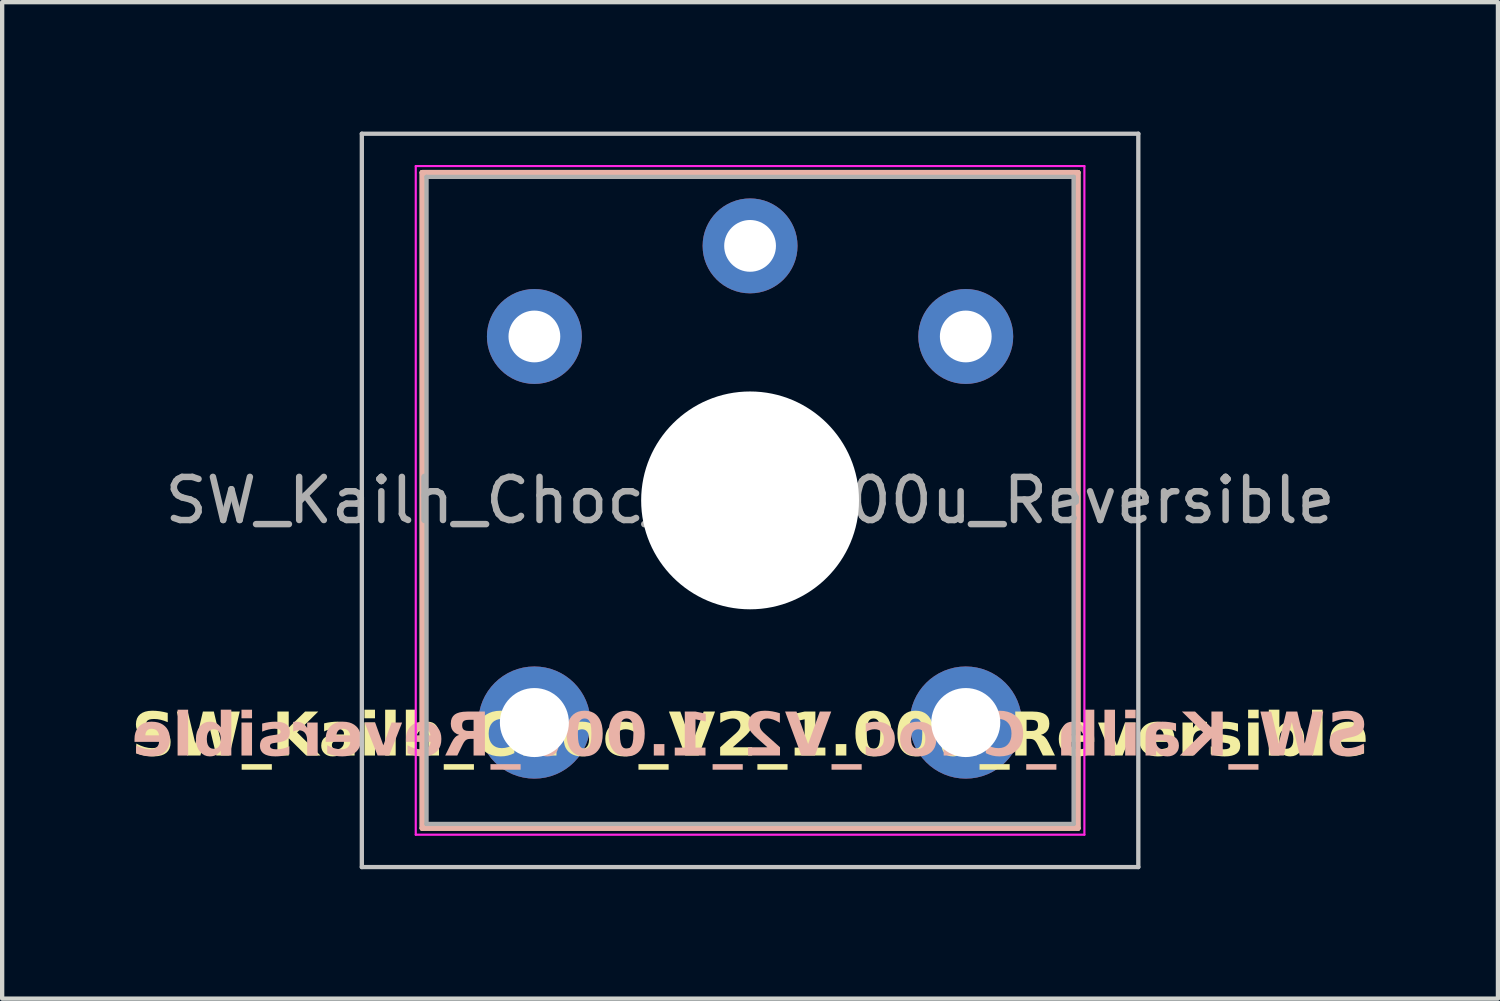
<source format=kicad_pcb>
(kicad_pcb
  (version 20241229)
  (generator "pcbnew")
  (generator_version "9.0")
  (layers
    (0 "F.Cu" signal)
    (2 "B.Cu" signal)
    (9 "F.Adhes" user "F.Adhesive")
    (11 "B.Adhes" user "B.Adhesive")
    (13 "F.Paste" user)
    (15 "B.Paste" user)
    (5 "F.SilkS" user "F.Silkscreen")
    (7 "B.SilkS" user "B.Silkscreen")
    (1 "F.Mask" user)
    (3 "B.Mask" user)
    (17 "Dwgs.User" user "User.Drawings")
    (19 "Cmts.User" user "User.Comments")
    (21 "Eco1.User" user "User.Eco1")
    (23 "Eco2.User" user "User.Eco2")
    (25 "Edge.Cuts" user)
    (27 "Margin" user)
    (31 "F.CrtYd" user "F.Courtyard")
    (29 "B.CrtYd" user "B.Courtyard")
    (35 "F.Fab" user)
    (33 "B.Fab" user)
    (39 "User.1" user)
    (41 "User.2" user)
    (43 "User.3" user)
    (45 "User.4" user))
  (footprint "SW_Kailh_Choc_V2_1.00u_Reversible"
    (layer "F.Cu")
    (at 14.338 8.55)
    (property "Reference" "SW_Kailh_Choc_V2_1.00u_Reversible" (at 0 5.5 0) (layer "F.SilkS") (effects (font (face "Ubuntu Mono") (size 1 1) (thickness 0.2) (bold yes))))
    (attr through_hole)
    (fp_line (start -7.6 -7.6) (end -7.6 7.6) (stroke (width 0.12) (type solid)) (layer "F.SilkS"))
    (fp_line (start -7.6 7.6) (end 7.6 7.6) (stroke (width 0.12) (type solid)) (layer "F.SilkS"))
    (fp_line (start 7.6 -7.6) (end -7.6 -7.6) (stroke (width 0.12) (type solid)) (layer "F.SilkS"))
    (fp_line (start 7.6 7.6) (end 7.6 -7.6) (stroke (width 0.12) (type solid)) (layer "F.SilkS"))
    (fp_line (start -7.6 -7.6) (end -7.6 7.6) (stroke (width 0.12) (type solid)) (layer "B.SilkS"))
    (fp_line (start -7.6 7.6) (end 7.6 7.6) (stroke (width 0.12) (type solid)) (layer "B.SilkS"))
    (fp_line (start 7.6 -7.6) (end -7.6 -7.6) (stroke (width 0.12) (type solid)) (layer "B.SilkS"))
    (fp_line (start 7.6 7.6) (end 7.6 -7.6) (stroke (width 0.12) (type solid)) (layer "B.SilkS"))
    (fp_line (start -9 -8.5) (end -9 8.5) (stroke (width 0.1) (type solid)) (layer "Dwgs.User"))
    (fp_line (start -9 8.5) (end 9 8.5) (stroke (width 0.1) (type solid)) (layer "Dwgs.User"))
    (fp_line (start 9 -8.5) (end -9 -8.5) (stroke (width 0.1) (type solid)) (layer "Dwgs.User"))
    (fp_line (start 9 8.5) (end 9 -8.5) (stroke (width 0.1) (type solid)) (layer "Dwgs.User"))
    (fp_line (start -7.25 -7.25) (end -7.25 7.25) (stroke (width 0.1) (type solid)) (layer "Eco1.User"))
    (fp_line (start -7.25 7.25) (end 7.25 7.25) (stroke (width 0.1) (type solid)) (layer "Eco1.User"))
    (fp_line (start 7.25 -7.25) (end -7.25 -7.25) (stroke (width 0.1) (type solid)) (layer "Eco1.User"))
    (fp_line (start 7.25 7.25) (end 7.25 -7.25) (stroke (width 0.1) (type solid)) (layer "Eco1.User"))
    (fp_line (start -7.75 -7.75) (end -7.75 7.75) (stroke (width 0.05) (type solid)) (layer "F.CrtYd"))
    (fp_line (start -7.75 7.75) (end 7.75 7.75) (stroke (width 0.05) (type solid)) (layer "F.CrtYd"))
    (fp_line (start 7.75 -7.75) (end -7.75 -7.75) (stroke (width 0.05) (type solid)) (layer "F.CrtYd"))
    (fp_line (start 7.75 7.75) (end 7.75 -7.75) (stroke (width 0.05) (type solid)) (layer "F.CrtYd"))
    (fp_line (start -7.5 -7.5) (end -7.5 7.5) (stroke (width 0.1) (type solid)) (layer "F.Fab"))
    (fp_line (start -7.5 7.5) (end 7.5 7.5) (stroke (width 0.1) (type solid)) (layer "F.Fab"))
    (fp_line (start 7.5 -7.5) (end -7.5 -7.5) (stroke (width 0.1) (type solid)) (layer "F.Fab"))
    (fp_line (start 7.5 7.5) (end 7.5 -7.5) (stroke (width 0.1) (type solid)) (layer "F.Fab"))
    (fp_text user "${REFERENCE}" (at 0 5.5 0) (layer "B.SilkS") (effects (font (face "Ubuntu Mono") (size 1 1) (thickness 0.2) (bold yes)) (justify mirror)))
    (fp_text user "${REFERENCE}" (at 0 0 0) (layer "F.Fab") (effects (font (size 1 1) (thickness 0.15))))
    (pad "" thru_hole circle (at -5 5.15) (size 2.6 2.6) (drill 1.6) (layers "*.Cu" "*.Mask"))
    (pad "" np_thru_hole circle (at 0 0) (size 5.05 5.05) (drill 5.05) (layers "*.Cu" "*.Mask"))
    (pad "" thru_hole circle (at 5 5.15) (size 2.6 2.6) (drill 1.6) (layers "*.Cu" "*.Mask"))
    (pad "1" thru_hole circle (at 0 -5.9) (size 2.2 2.2) (drill 1.2) (layers "*.Cu" "*.Mask"))
    (pad "2" thru_hole circle (at 5 -3.8) (size 2.2 2.2) (drill 1.2) (layers "*.Cu" "*.Mask"))
    (pad "3" thru_hole circle (at -5 -3.8) (size 2.2 2.2) (drill 1.2) (layers "*.Cu" "*.Mask")))
  (gr_rect
    (start -3 -3)
    (end 31.675 20.1)
    (stroke (width 0.1) (type default))
    (fill no)
    (layer "Edge.Cuts")))
</source>
